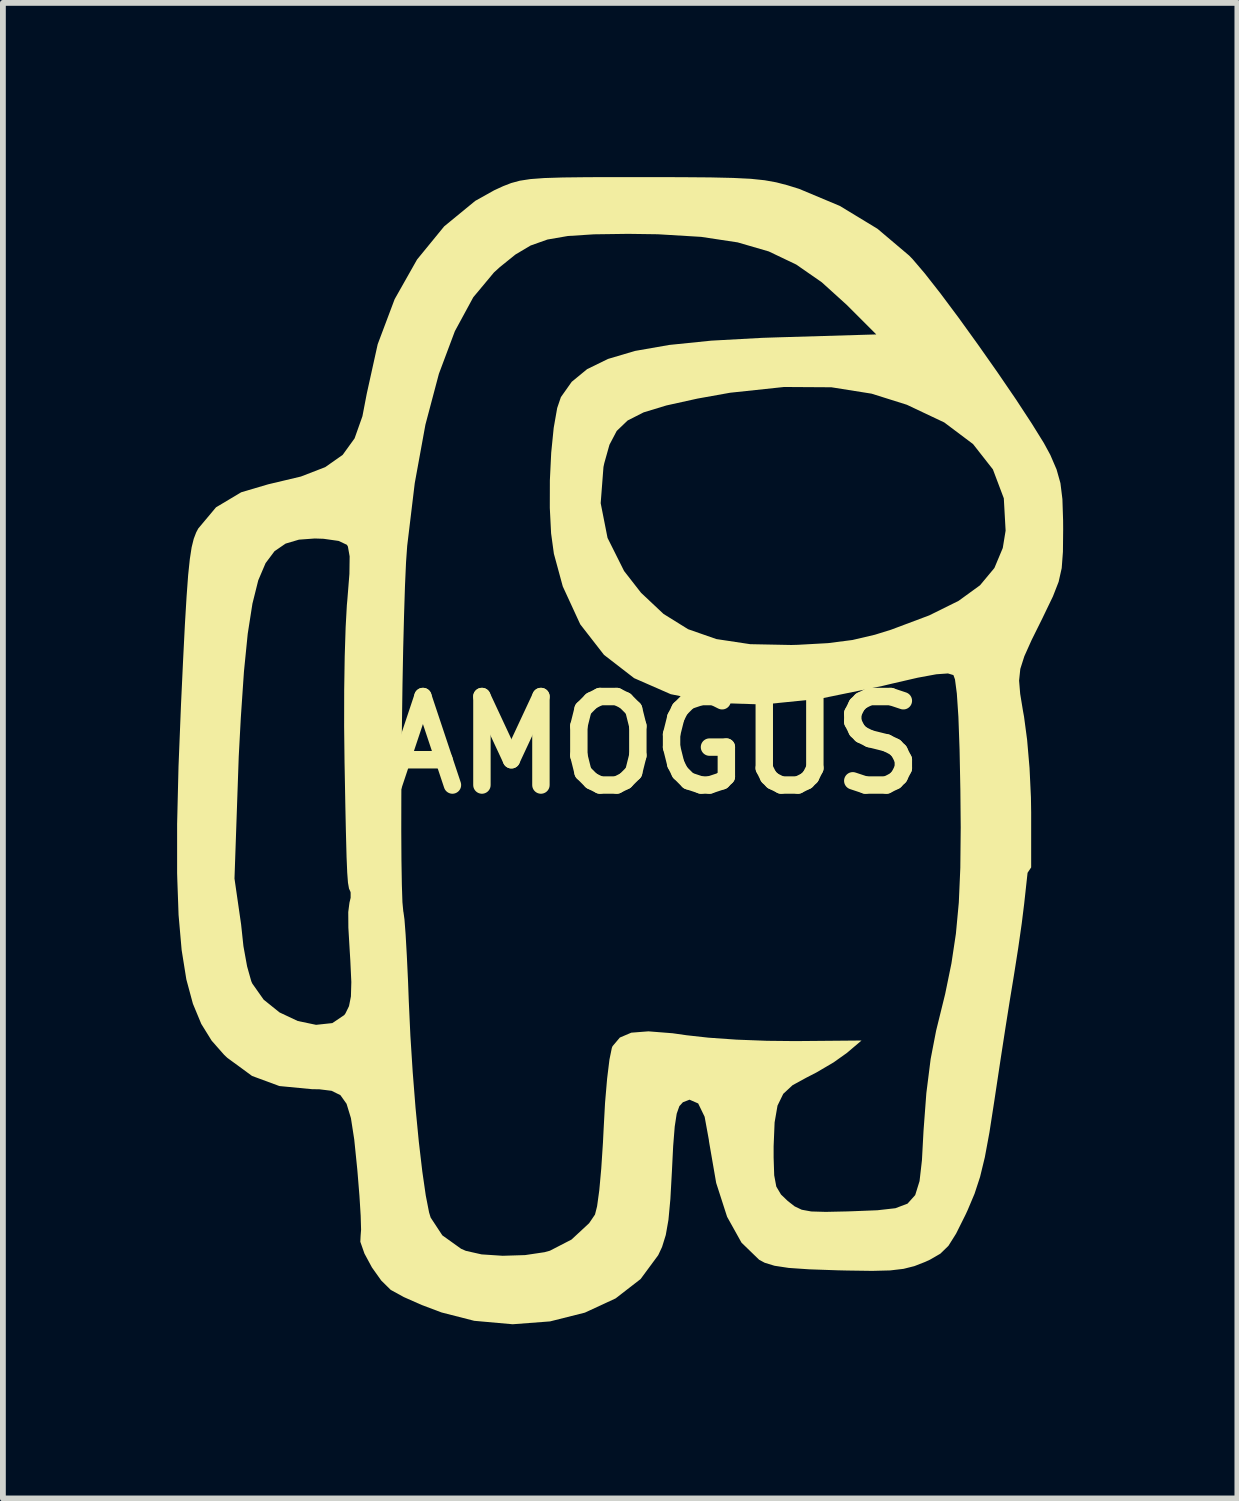
<source format=kicad_pcb>
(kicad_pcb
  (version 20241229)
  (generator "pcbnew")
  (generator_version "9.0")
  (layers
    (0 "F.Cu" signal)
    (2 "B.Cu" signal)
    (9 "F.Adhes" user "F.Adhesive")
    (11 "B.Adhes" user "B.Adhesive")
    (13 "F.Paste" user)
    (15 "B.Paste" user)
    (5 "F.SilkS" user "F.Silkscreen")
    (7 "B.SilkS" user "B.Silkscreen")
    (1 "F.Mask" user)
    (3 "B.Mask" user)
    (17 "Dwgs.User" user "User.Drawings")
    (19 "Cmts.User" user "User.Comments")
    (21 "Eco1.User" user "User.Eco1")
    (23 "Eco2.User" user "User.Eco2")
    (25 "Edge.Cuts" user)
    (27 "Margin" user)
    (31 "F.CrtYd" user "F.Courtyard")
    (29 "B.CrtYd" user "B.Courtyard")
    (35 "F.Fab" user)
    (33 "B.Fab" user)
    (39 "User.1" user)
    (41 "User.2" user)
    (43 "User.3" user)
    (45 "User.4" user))
  (footprint "AMOGUS"
    (layer "F.Cu")
    (at 8.188 9.779)
    (property "Reference" "AMOGUS" (at 0 0 0) (layer "F.SilkS") (effects (font (size 1.524 1.524) (thickness 0.3))))
    (attr board_only exclude_from_pos_files exclude_from_bom)
    (fp_poly (pts (xy 0.484 -9.778) (xy 0.995 -9.774) (xy 1.388 -9.765) (xy 1.691 -9.75) (xy 1.93 -9.725) (xy 2.13 -9.689) (xy 2.319 -9.64) (xy 2.522 -9.577) (xy 2.525 -9.576) (xy 3.224 -9.283) (xy 3.873 -8.889) (xy 4.418 -8.428) (xy 4.477 -8.367) (xy 4.685 -8.123) (xy 4.958 -7.775) (xy 5.273 -7.353) (xy 5.608 -6.888) (xy 5.944 -6.41) (xy 6.258 -5.95) (xy 6.529 -5.536) (xy 6.737 -5.201) (xy 6.849 -4.995) (xy 6.957 -4.744) (xy 7.023 -4.509) (xy 7.057 -4.234) (xy 7.069 -3.865) (xy 7.07 -3.715) (xy 7.066 -3.327) (xy 7.045 -3.046) (xy 6.992 -2.81) (xy 6.894 -2.559) (xy 6.735 -2.229) (xy 6.717 -2.191) (xy 6.526 -1.806) (xy 6.401 -1.527) (xy 6.332 -1.31) (xy 6.311 -1.109) (xy 6.33 -0.88) (xy 6.38 -0.576) (xy 6.396 -0.489) (xy 6.449 -0.092) (xy 6.491 0.397) (xy 6.515 0.901) (xy 6.519 1.16) (xy 6.519 2.108) (xy 6.457 2.201) (xy 6.399 2.731) (xy 6.357 3.071) (xy 6.296 3.497) (xy 6.228 3.929) (xy 6.213 4.022) (xy 6.153 4.387) (xy 6.077 4.865) (xy 5.994 5.403) (xy 5.912 5.946) (xy 5.886 6.119) (xy 5.8 6.674) (xy 5.721 7.1) (xy 5.639 7.438) (xy 5.544 7.728) (xy 5.425 8.01) (xy 5.387 8.092) (xy 5.226 8.415) (xy 5.094 8.625) (xy 4.955 8.76) (xy 4.775 8.864) (xy 4.692 8.902) (xy 4.508 8.974) (xy 4.321 9.021) (xy 4.091 9.048) (xy 3.782 9.056) (xy 3.353 9.05) (xy 3.183 9.046) (xy 2.694 9.029) (xy 2.344 9.005) (xy 2.1 8.968) (xy 1.93 8.916) (xy 1.834 8.864) (xy 1.531 8.57) (xy 1.283 8.125) (xy 1.095 7.542) (xy 0.972 6.831) (xy 0.968 6.796) (xy 0.896 6.402) (xy 0.785 6.173) (xy 0.636 6.108) (xy 0.522 6.152) (xy 0.461 6.219) (xy 0.415 6.349) (xy 0.381 6.57) (xy 0.354 6.909) (xy 0.333 7.333) (xy 0.306 7.82) (xy 0.273 8.176) (xy 0.227 8.438) (xy 0.163 8.644) (xy 0.097 8.785) (xy -0.207 9.197) (xy -0.637 9.53) (xy -1.166 9.775) (xy -1.766 9.926) (xy -2.41 9.975) (xy -3.071 9.916) (xy -3.634 9.772) (xy -3.974 9.644) (xy -4.284 9.507) (xy -4.499 9.389) (xy -4.512 9.381) (xy -4.673 9.222) (xy -4.833 8.997) (xy -4.962 8.758) (xy -5.033 8.555) (xy -5.028 8.45) (xy -5.02 8.346) (xy -5.027 8.106) (xy -5.048 7.767) (xy -5.081 7.361) (xy -5.086 7.304) (xy -5.138 6.792) (xy -5.195 6.425) (xy -5.27 6.179) (xy -5.376 6.03) (xy -5.528 5.955) (xy -5.738 5.929) (xy -5.866 5.927) (xy -6.427 5.873) (xy -6.898 5.699) (xy -7.324 5.387) (xy -7.378 5.336) (xy -7.593 5.092) (xy -7.772 4.803) (xy -7.916 4.456) (xy -8.029 4.037) (xy -8.11 3.531) (xy -8.163 2.926) (xy -8.169 2.752) (xy -8.184 2.338) (xy -7.2 2.3) (xy -7.086 3.09) (xy -7.046 3.465) (xy -6.983 3.812) (xy -6.911 4.068) (xy -6.894 4.107) (xy -6.698 4.385) (xy -6.425 4.605) (xy -6.111 4.753) (xy -5.795 4.819) (xy -5.515 4.789) (xy -5.31 4.651) (xy -5.289 4.622) (xy -5.228 4.497) (xy -5.195 4.33) (xy -5.188 4.082) (xy -5.205 3.717) (xy -5.215 3.556) (xy -5.239 3.147) (xy -5.241 2.877) (xy -5.225 2.752) (xy -5.22 2.715) (xy -5.2 2.631) (xy -5.2 2.619) (xy -5.2 2.6) (xy -5.2 2.554) (xy -5.2 2.541) (xy -5.205 2.523) (xy -5.228 2.473) (xy -5.246 2.37) (xy -5.25 2.314) (xy -5.259 2.195) (xy -5.261 2.141) (xy -5.27 1.929) (xy -5.282 1.473) (xy -4.328 1.473) (xy -4.325 1.986) (xy -4.318 2.405) (xy -4.308 2.707) (xy -4.293 2.867) (xy -4.29 2.879) (xy -4.273 3.003) (xy -4.253 3.265) (xy -4.232 3.634) (xy -4.211 4.078) (xy -4.199 4.403) (xy -4.171 5.008) (xy -4.131 5.634) (xy -4.082 6.252) (xy -4.026 6.831) (xy -3.966 7.343) (xy -3.906 7.759) (xy -3.849 8.05) (xy -3.822 8.138) (xy -3.621 8.444) (xy -3.298 8.675) (xy -3.216 8.711) (xy -2.945 8.772) (xy -2.581 8.796) (xy -2.195 8.784) (xy -1.86 8.734) (xy -1.769 8.709) (xy -1.397 8.517) (xy -1.093 8.235) (xy -0.992 8.086) (xy -0.956 7.944) (xy -0.918 7.667) (xy -0.884 7.291) (xy -0.855 6.849) (xy -0.845 6.646) (xy -0.819 6.164) (xy -0.783 5.743) (xy -0.743 5.417) (xy -0.702 5.217) (xy -0.69 5.187) (xy -0.564 5.038) (xy -0.367 4.954) (xy -0.073 4.931) (xy 0.345 4.964) (xy 0.583 4.998) (xy 0.961 5.04) (xy 1.445 5.074) (xy 1.971 5.094) (xy 2.455 5.099) (xy 3.598 5.089) (xy 3.344 5.304) (xy 3.118 5.465) (xy 2.82 5.64) (xy 2.649 5.728) (xy 2.411 5.858) (xy 2.25 6.007) (xy 2.151 6.21) (xy 2.101 6.499) (xy 2.084 6.91) (xy 2.084 7.104) (xy 2.094 7.41) (xy 2.13 7.604) (xy 2.211 7.741) (xy 2.327 7.852) (xy 2.446 7.945) (xy 2.568 8.003) (xy 2.733 8.033) (xy 2.981 8.04) (xy 3.35 8.032) (xy 3.439 8.029) (xy 3.871 8.012) (xy 4.181 7.977) (xy 4.39 7.898) (xy 4.522 7.751) (xy 4.597 7.51) (xy 4.638 7.152) (xy 4.665 6.651) (xy 4.667 6.622) (xy 4.714 5.995) (xy 4.788 5.408) (xy 4.882 4.921) (xy 4.895 4.868) (xy 5.038 4.288) (xy 5.146 3.761) (xy 5.223 3.249) (xy 5.273 2.713) (xy 5.299 2.116) (xy 5.306 1.418) (xy 5.3 0.778) (xy 5.286 0.073) (xy 5.266 -0.484) (xy 5.239 -0.887) (xy 5.207 -1.13) (xy 5.18 -1.204) (xy 5.086 -1.232) (xy 4.887 -1.218) (xy 4.567 -1.159) (xy 4.107 -1.053) (xy 3.962 -1.018) (xy 2.878 -0.796) (xy 1.909 -0.698) (xy 1.054 -0.724) (xy 0.312 -0.875) (xy -0.318 -1.151) (xy -0.837 -1.552) (xy -1.246 -2.078) (xy -1.547 -2.731) (xy -1.7 -3.294) (xy -1.748 -3.645) (xy -1.77 -4.081) (xy -1.77 -4.164) (xy -0.894 -4.164) (xy -0.776 -3.566) (xy -0.491 -2.996) (xy -0.199 -2.621) (xy 0.188 -2.257) (xy 0.611 -1.994) (xy 1.098 -1.824) (xy 1.681 -1.736) (xy 2.388 -1.722) (xy 2.498 -1.725) (xy 3.02 -1.754) (xy 3.441 -1.808) (xy 3.829 -1.899) (xy 4.106 -1.985) (xy 4.764 -2.232) (xy 5.269 -2.482) (xy 5.638 -2.75) (xy 5.886 -3.048) (xy 6.03 -3.392) (xy 6.079 -3.691) (xy 6.048 -4.248) (xy 5.86 -4.746) (xy 5.518 -5.182) (xy 5.023 -5.554) (xy 4.378 -5.859) (xy 3.771 -6.05) (xy 3.079 -6.16) (xy 2.264 -6.165) (xy 1.335 -6.066) (xy 0.772 -5.965) (xy 0.238 -5.847) (xy -0.154 -5.728) (xy -0.43 -5.588) (xy -0.618 -5.408) (xy -0.743 -5.17) (xy -0.832 -4.853) (xy -0.846 -4.788) (xy -0.894 -4.164) (xy -1.77 -4.164) (xy -1.769 -4.558) (xy -1.746 -5.033) (xy -1.703 -5.462) (xy -1.643 -5.803) (xy -1.579 -5.991) (xy -1.393 -6.254) (xy -1.128 -6.472) (xy -0.768 -6.648) (xy -0.302 -6.786) (xy 0.287 -6.889) (xy 1.011 -6.963) (xy 1.886 -7.011) (xy 2.159 -7.02) (xy 3.852 -7.07) (xy 3.344 -7.578) (xy 2.912 -7.969) (xy 2.474 -8.273) (xy 2.001 -8.499) (xy 1.465 -8.655) (xy 0.837 -8.75) (xy 0.089 -8.795) (xy -0.423 -8.802) (xy -1.008 -8.794) (xy -1.459 -8.765) (xy -1.811 -8.704) (xy -2.101 -8.601) (xy -2.362 -8.446) (xy -2.631 -8.229) (xy -2.732 -8.137) (xy -3.088 -7.71) (xy -3.405 -7.126) (xy -3.68 -6.392) (xy -3.912 -5.517) (xy -4.096 -4.508) (xy -4.226 -3.429) (xy -4.246 -3.145) (xy -4.264 -2.74) (xy -4.28 -2.238) (xy -4.295 -1.663) (xy -4.307 -1.039) (xy -4.316 -0.39) (xy -4.323 0.261) (xy -4.327 0.89) (xy -4.328 1.473) (xy -5.282 1.473) (xy -5.291 1.049) (xy -5.303 0.397) (xy -5.305 0.296) (xy -5.312 -0.323) (xy -5.311 -0.943) (xy -5.302 -1.523) (xy -5.286 -2.025) (xy -5.265 -2.408) (xy -5.257 -2.494) (xy -5.221 -2.946) (xy -5.217 -3.248) (xy -5.247 -3.417) (xy -5.264 -3.447) (xy -5.406 -3.514) (xy -5.667 -3.551) (xy -5.817 -3.556) (xy -6.09 -3.536) (xy -6.32 -3.468) (xy -6.51 -3.338) (xy -6.665 -3.131) (xy -6.791 -2.835) (xy -6.891 -2.434) (xy -6.972 -1.916) (xy -7.037 -1.266) (xy -7.091 -0.471) (xy -7.127 0.2) (xy -7.2 2.3) (xy -8.184 2.338) (xy -8.188 2.207) (xy -8.188 2.159) (xy -8.188 1.36) (xy -8.164 0.373) (xy -8.121 -0.698) (xy -8.085 -1.462) (xy -8.054 -2.075) (xy -8.025 -2.557) (xy -7.998 -2.926) (xy -7.969 -3.202) (xy -7.938 -3.404) (xy -7.902 -3.55) (xy -7.86 -3.66) (xy -7.824 -3.728) (xy -7.518 -4.093) (xy -7.084 -4.352) (xy -6.62 -4.489) (xy -6.056 -4.623) (xy -5.637 -4.785) (xy -5.337 -4.996) (xy -5.132 -5.28) (xy -4.997 -5.661) (xy -4.922 -6.051) (xy -4.734 -6.901) (xy -4.442 -7.677) (xy -4.056 -8.36) (xy -3.589 -8.931) (xy -3.054 -9.37) (xy -2.728 -9.552) (xy -2.574 -9.623) (xy -2.435 -9.677) (xy -2.287 -9.717) (xy -2.106 -9.745) (xy -1.866 -9.763) (xy -1.544 -9.773) (xy -1.115 -9.778) (xy -0.555 -9.779) (xy -0.169 -9.779)) (stroke (width 0) (type solid)) (fill yes) (layer "F.SilkS")))
  (gr_rect
    (start -3 -3)
    (end 18.258 22.754)
    (stroke (width 0.1) (type default))
    (fill no)
    (layer "Edge.Cuts")))
</source>
